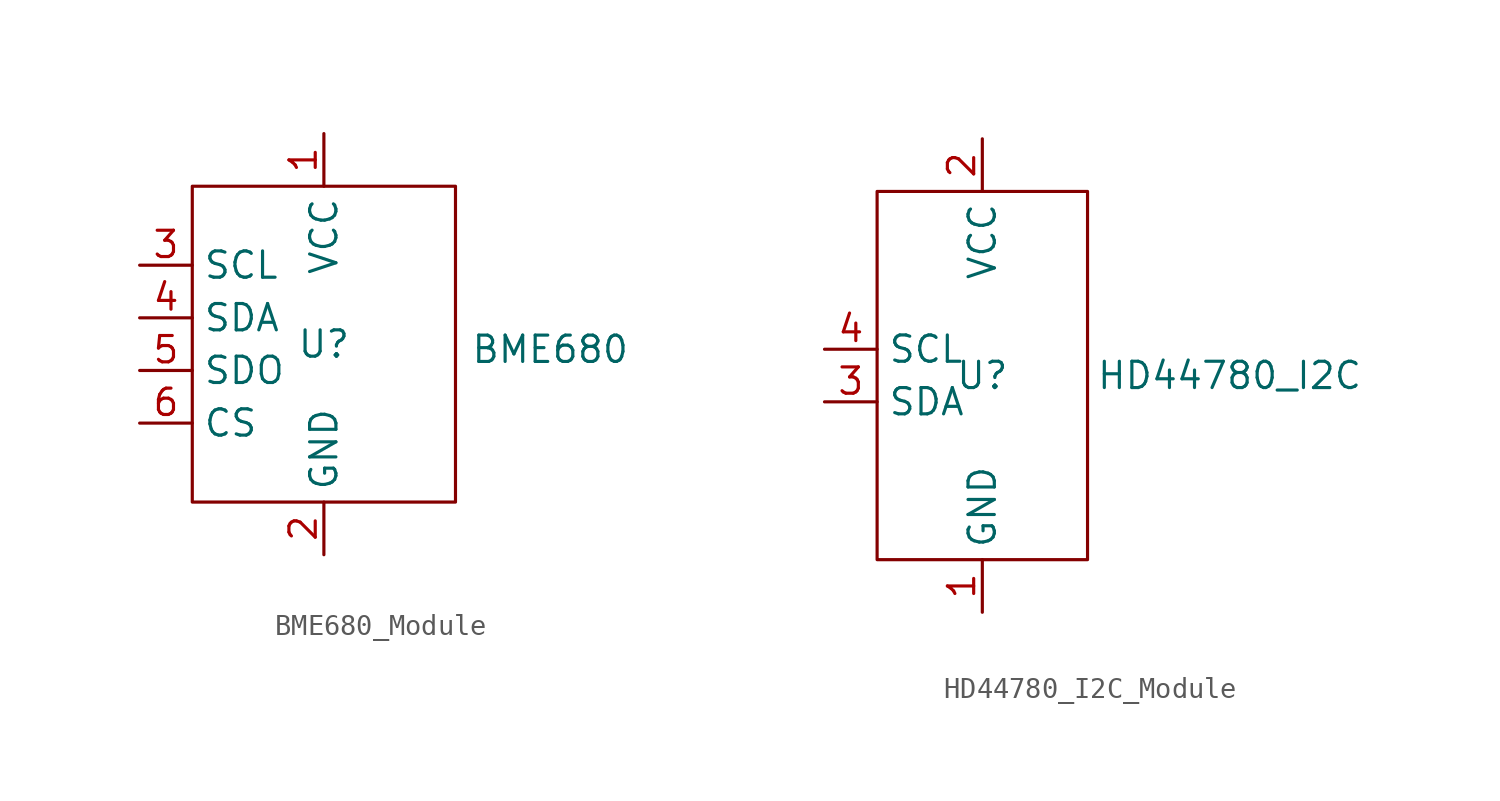
<source format=kicad_sym>
(kicad_symbol_lib
  (version 20241209)
  (generator "kicad_symbol_editor")
  (generator_version "9.0")
  (symbol "BME680_Module"
    (property "Reference" "U"
      (at 0 0 0)
      (effects (font (size 1.27 1.27))))
    (property "Value" "BME680"
      (at 10.922 -0.254 0)
      (effects (font (size 1.27 1.27))))
    (symbol "BME680_Module_0_1"
      (rectangle (start -6.35 7.62) (end 6.35 -7.62) (stroke (width 0) (type default)) (fill (type none))))
    (symbol "BME680_Module_1_1"
      (pin bidirectional line (at -8.89 3.81 0) (length 2.54) (name "SCL" (effects (font (size 1.27 1.27)))) (number "3" (effects (font (size 1.27 1.27)))))
      (pin bidirectional line (at -8.89 1.27 0) (length 2.54) (name "SDA" (effects (font (size 1.27 1.27)))) (number "4" (effects (font (size 1.27 1.27)))))
      (pin bidirectional line (at -8.89 -1.27 0) (length 2.54) (name "SDO" (effects (font (size 1.27 1.27)))) (number "5" (effects (font (size 1.27 1.27)))))
      (pin input line (at -8.89 -3.81 0) (length 2.54) (name "CS" (effects (font (size 1.27 1.27)))) (number "6" (effects (font (size 1.27 1.27)))))
      (pin power_out line (at 0 10.16 270) (length 2.54) (name "VCC" (effects (font (size 1.27 1.27)))) (number "1" (effects (font (size 1.27 1.27)))))
      (pin power_in line (at 0 -10.16 90) (length 2.54) (name "GND" (effects (font (size 1.27 1.27)))) (number "2" (effects (font (size 1.27 1.27)))))))
  (symbol "HD44780_I2C_Module"
    (property "Reference" "U"
      (at 0 0 0)
      (effects (font (size 1.27 1.27))))
    (property "Value" "HD44780_I2C"
      (at 11.938 0 0)
      (effects (font (size 1.27 1.27))))
    (symbol "HD44780_I2C_Module_0_1"
      (rectangle (start -5.08 8.89) (end 5.08 -8.89) (stroke (width 0) (type default)) (fill (type none))))
    (symbol "HD44780_I2C_Module_1_1"
      (pin input line (at -7.62 1.27 0) (length 2.54) (name "SCL" (effects (font (size 1.27 1.27)))) (number "4" (effects (font (size 1.27 1.27)))))
      (pin bidirectional line (at -7.62 -1.27 0) (length 2.54) (name "SDA" (effects (font (size 1.27 1.27)))) (number "3" (effects (font (size 1.27 1.27)))))
      (pin power_out line (at 0 11.43 270) (length 2.54) (name "VCC" (effects (font (size 1.27 1.27)))) (number "2" (effects (font (size 1.27 1.27)))))
      (pin power_in line (at 0 -11.43 90) (length 2.54) (name "GND" (effects (font (size 1.27 1.27)))) (number "1" (effects (font (size 1.27 1.27))))))))
</source>
